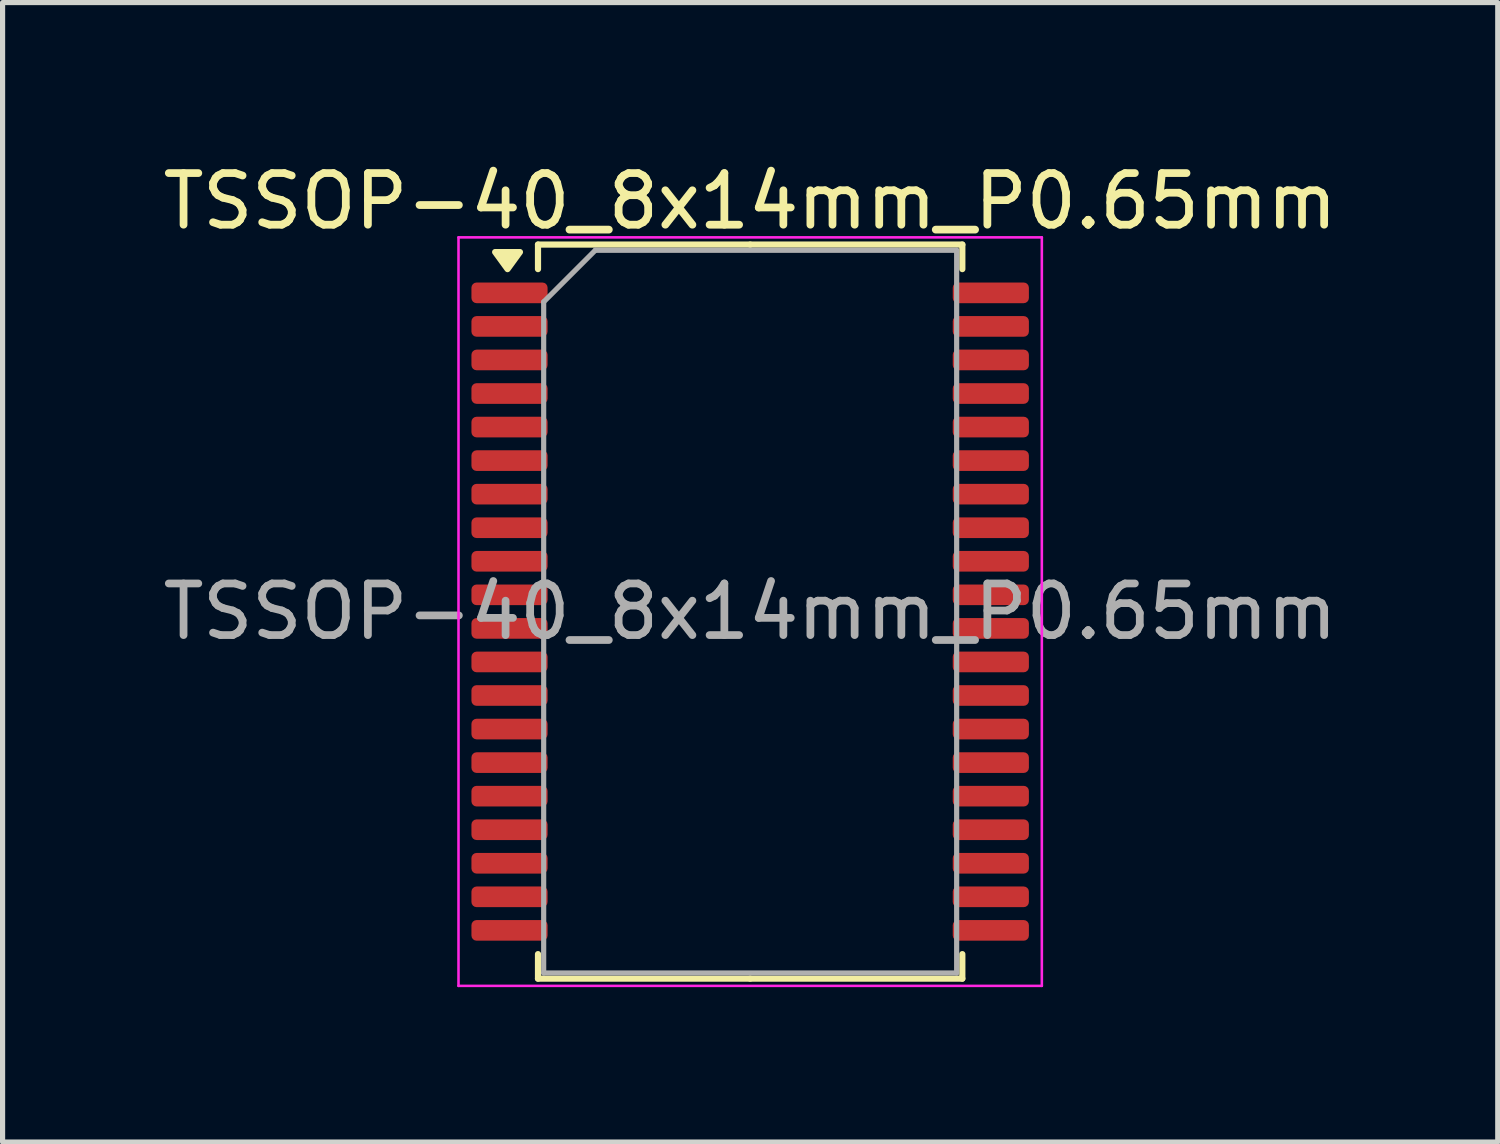
<source format=kicad_pcb>
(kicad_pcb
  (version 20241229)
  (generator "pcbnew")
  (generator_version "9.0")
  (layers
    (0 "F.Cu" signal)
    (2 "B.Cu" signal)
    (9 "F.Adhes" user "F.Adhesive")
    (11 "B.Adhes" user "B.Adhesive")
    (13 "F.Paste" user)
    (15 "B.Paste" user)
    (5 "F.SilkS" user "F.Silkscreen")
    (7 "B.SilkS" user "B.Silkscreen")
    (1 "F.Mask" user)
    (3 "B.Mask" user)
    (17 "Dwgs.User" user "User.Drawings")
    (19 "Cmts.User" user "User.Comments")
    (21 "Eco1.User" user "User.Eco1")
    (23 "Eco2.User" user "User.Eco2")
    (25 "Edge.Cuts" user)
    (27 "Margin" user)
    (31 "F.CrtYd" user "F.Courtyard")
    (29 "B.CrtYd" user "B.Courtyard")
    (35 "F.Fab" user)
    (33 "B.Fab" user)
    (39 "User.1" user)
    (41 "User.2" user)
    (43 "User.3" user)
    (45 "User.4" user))
  (footprint "TSSOP-40_8x14mm_P0.65mm"
    (layer "F.Cu")
    (at 11.482 8.798)
    (property "Reference" "TSSOP-40_8x14mm_P0.65mm" (at 0 -7.95 0) (layer "F.SilkS") (effects (font (size 1 1) (thickness 0.15))))
    (attr smd)
    (fp_line (start -4.11 -7.11) (end -4.11 -6.635) (stroke (width 0.12) (type solid)) (layer "F.SilkS"))
    (fp_line (start -4.11 7.11) (end -4.11 6.635) (stroke (width 0.12) (type solid)) (layer "F.SilkS"))
    (fp_line (start 0 -7.11) (end -4.11 -7.11) (stroke (width 0.12) (type solid)) (layer "F.SilkS"))
    (fp_line (start 0 -7.11) (end 4.11 -7.11) (stroke (width 0.12) (type solid)) (layer "F.SilkS"))
    (fp_line (start 0 7.11) (end -4.11 7.11) (stroke (width 0.12) (type solid)) (layer "F.SilkS"))
    (fp_line (start 0 7.11) (end 4.11 7.11) (stroke (width 0.12) (type solid)) (layer "F.SilkS"))
    (fp_line (start 4.11 -7.11) (end 4.11 -6.635) (stroke (width 0.12) (type solid)) (layer "F.SilkS"))
    (fp_line (start 4.11 7.11) (end 4.11 6.635) (stroke (width 0.12) (type solid)) (layer "F.SilkS"))
    (fp_poly (pts (xy -4.7 -6.635) (xy -4.94 -6.965) (xy -4.46 -6.965) (xy -4.7 -6.635)) (stroke (width 0.12) (type solid)) (fill yes) (layer "F.SilkS"))
    (fp_line (start -5.65 -7.25) (end -5.65 7.25) (stroke (width 0.05) (type solid)) (layer "F.CrtYd"))
    (fp_line (start -5.65 7.25) (end 5.65 7.25) (stroke (width 0.05) (type solid)) (layer "F.CrtYd"))
    (fp_line (start 5.65 -7.25) (end -5.65 -7.25) (stroke (width 0.05) (type solid)) (layer "F.CrtYd"))
    (fp_line (start 5.65 7.25) (end 5.65 -7.25) (stroke (width 0.05) (type solid)) (layer "F.CrtYd"))
    (fp_line (start -4 -6) (end -3 -7) (stroke (width 0.1) (type solid)) (layer "F.Fab"))
    (fp_line (start -4 7) (end -4 -6) (stroke (width 0.1) (type solid)) (layer "F.Fab"))
    (fp_line (start -3 -7) (end 4 -7) (stroke (width 0.1) (type solid)) (layer "F.Fab"))
    (fp_line (start 4 -7) (end 4 7) (stroke (width 0.1) (type solid)) (layer "F.Fab"))
    (fp_line (start 4 7) (end -4 7) (stroke (width 0.1) (type solid)) (layer "F.Fab"))
    (fp_text user "${REFERENCE}" (at 0 0 0) (layer "F.Fab") (effects (font (size 1 1) (thickness 0.15))))
    (pad "1" smd roundrect (at -4.662 -6.175) (size 1.475 0.4) (layers "F.Cu" "F.Mask" "F.Paste") (roundrect_rratio 0.25))
    (pad "2" smd roundrect (at -4.662 -5.525) (size 1.475 0.4) (layers "F.Cu" "F.Mask" "F.Paste") (roundrect_rratio 0.25))
    (pad "3" smd roundrect (at -4.662 -4.875) (size 1.475 0.4) (layers "F.Cu" "F.Mask" "F.Paste") (roundrect_rratio 0.25))
    (pad "4" smd roundrect (at -4.662 -4.225) (size 1.475 0.4) (layers "F.Cu" "F.Mask" "F.Paste") (roundrect_rratio 0.25))
    (pad "5" smd roundrect (at -4.662 -3.575) (size 1.475 0.4) (layers "F.Cu" "F.Mask" "F.Paste") (roundrect_rratio 0.25))
    (pad "6" smd roundrect (at -4.662 -2.925) (size 1.475 0.4) (layers "F.Cu" "F.Mask" "F.Paste") (roundrect_rratio 0.25))
    (pad "7" smd roundrect (at -4.662 -2.275) (size 1.475 0.4) (layers "F.Cu" "F.Mask" "F.Paste") (roundrect_rratio 0.25))
    (pad "8" smd roundrect (at -4.662 -1.625) (size 1.475 0.4) (layers "F.Cu" "F.Mask" "F.Paste") (roundrect_rratio 0.25))
    (pad "9" smd roundrect (at -4.662 -0.975) (size 1.475 0.4) (layers "F.Cu" "F.Mask" "F.Paste") (roundrect_rratio 0.25))
    (pad "10" smd roundrect (at -4.662 -0.325) (size 1.475 0.4) (layers "F.Cu" "F.Mask" "F.Paste") (roundrect_rratio 0.25))
    (pad "11" smd roundrect (at -4.662 0.325) (size 1.475 0.4) (layers "F.Cu" "F.Mask" "F.Paste") (roundrect_rratio 0.25))
    (pad "12" smd roundrect (at -4.662 0.975) (size 1.475 0.4) (layers "F.Cu" "F.Mask" "F.Paste") (roundrect_rratio 0.25))
    (pad "13" smd roundrect (at -4.662 1.625) (size 1.475 0.4) (layers "F.Cu" "F.Mask" "F.Paste") (roundrect_rratio 0.25))
    (pad "14" smd roundrect (at -4.662 2.275) (size 1.475 0.4) (layers "F.Cu" "F.Mask" "F.Paste") (roundrect_rratio 0.25))
    (pad "15" smd roundrect (at -4.662 2.925) (size 1.475 0.4) (layers "F.Cu" "F.Mask" "F.Paste") (roundrect_rratio 0.25))
    (pad "16" smd roundrect (at -4.662 3.575) (size 1.475 0.4) (layers "F.Cu" "F.Mask" "F.Paste") (roundrect_rratio 0.25))
    (pad "17" smd roundrect (at -4.662 4.225) (size 1.475 0.4) (layers "F.Cu" "F.Mask" "F.Paste") (roundrect_rratio 0.25))
    (pad "18" smd roundrect (at -4.662 4.875) (size 1.475 0.4) (layers "F.Cu" "F.Mask" "F.Paste") (roundrect_rratio 0.25))
    (pad "19" smd roundrect (at -4.662 5.525) (size 1.475 0.4) (layers "F.Cu" "F.Mask" "F.Paste") (roundrect_rratio 0.25))
    (pad "20" smd roundrect (at -4.662 6.175) (size 1.475 0.4) (layers "F.Cu" "F.Mask" "F.Paste") (roundrect_rratio 0.25))
    (pad "21" smd roundrect (at 4.662 6.175) (size 1.475 0.4) (layers "F.Cu" "F.Mask" "F.Paste") (roundrect_rratio 0.25))
    (pad "22" smd roundrect (at 4.662 5.525) (size 1.475 0.4) (layers "F.Cu" "F.Mask" "F.Paste") (roundrect_rratio 0.25))
    (pad "23" smd roundrect (at 4.662 4.875) (size 1.475 0.4) (layers "F.Cu" "F.Mask" "F.Paste") (roundrect_rratio 0.25))
    (pad "24" smd roundrect (at 4.662 4.225) (size 1.475 0.4) (layers "F.Cu" "F.Mask" "F.Paste") (roundrect_rratio 0.25))
    (pad "25" smd roundrect (at 4.662 3.575) (size 1.475 0.4) (layers "F.Cu" "F.Mask" "F.Paste") (roundrect_rratio 0.25))
    (pad "26" smd roundrect (at 4.662 2.925) (size 1.475 0.4) (layers "F.Cu" "F.Mask" "F.Paste") (roundrect_rratio 0.25))
    (pad "27" smd roundrect (at 4.662 2.275) (size 1.475 0.4) (layers "F.Cu" "F.Mask" "F.Paste") (roundrect_rratio 0.25))
    (pad "28" smd roundrect (at 4.662 1.625) (size 1.475 0.4) (layers "F.Cu" "F.Mask" "F.Paste") (roundrect_rratio 0.25))
    (pad "29" smd roundrect (at 4.662 0.975) (size 1.475 0.4) (layers "F.Cu" "F.Mask" "F.Paste") (roundrect_rratio 0.25))
    (pad "30" smd roundrect (at 4.662 0.325) (size 1.475 0.4) (layers "F.Cu" "F.Mask" "F.Paste") (roundrect_rratio 0.25))
    (pad "31" smd roundrect (at 4.662 -0.325) (size 1.475 0.4) (layers "F.Cu" "F.Mask" "F.Paste") (roundrect_rratio 0.25))
    (pad "32" smd roundrect (at 4.662 -0.975) (size 1.475 0.4) (layers "F.Cu" "F.Mask" "F.Paste") (roundrect_rratio 0.25))
    (pad "33" smd roundrect (at 4.662 -1.625) (size 1.475 0.4) (layers "F.Cu" "F.Mask" "F.Paste") (roundrect_rratio 0.25))
    (pad "34" smd roundrect (at 4.662 -2.275) (size 1.475 0.4) (layers "F.Cu" "F.Mask" "F.Paste") (roundrect_rratio 0.25))
    (pad "35" smd roundrect (at 4.662 -2.925) (size 1.475 0.4) (layers "F.Cu" "F.Mask" "F.Paste") (roundrect_rratio 0.25))
    (pad "36" smd roundrect (at 4.662 -3.575) (size 1.475 0.4) (layers "F.Cu" "F.Mask" "F.Paste") (roundrect_rratio 0.25))
    (pad "37" smd roundrect (at 4.662 -4.225) (size 1.475 0.4) (layers "F.Cu" "F.Mask" "F.Paste") (roundrect_rratio 0.25))
    (pad "38" smd roundrect (at 4.662 -4.875) (size 1.475 0.4) (layers "F.Cu" "F.Mask" "F.Paste") (roundrect_rratio 0.25))
    (pad "39" smd roundrect (at 4.662 -5.525) (size 1.475 0.4) (layers "F.Cu" "F.Mask" "F.Paste") (roundrect_rratio 0.25))
    (pad "40" smd roundrect (at 4.662 -6.175) (size 1.475 0.4) (layers "F.Cu" "F.Mask" "F.Paste") (roundrect_rratio 0.25)))
  (gr_rect
    (start -3 -3)
    (end 25.964 19.073)
    (stroke (width 0.1) (type default))
    (fill no)
    (layer "Edge.Cuts")))
</source>
